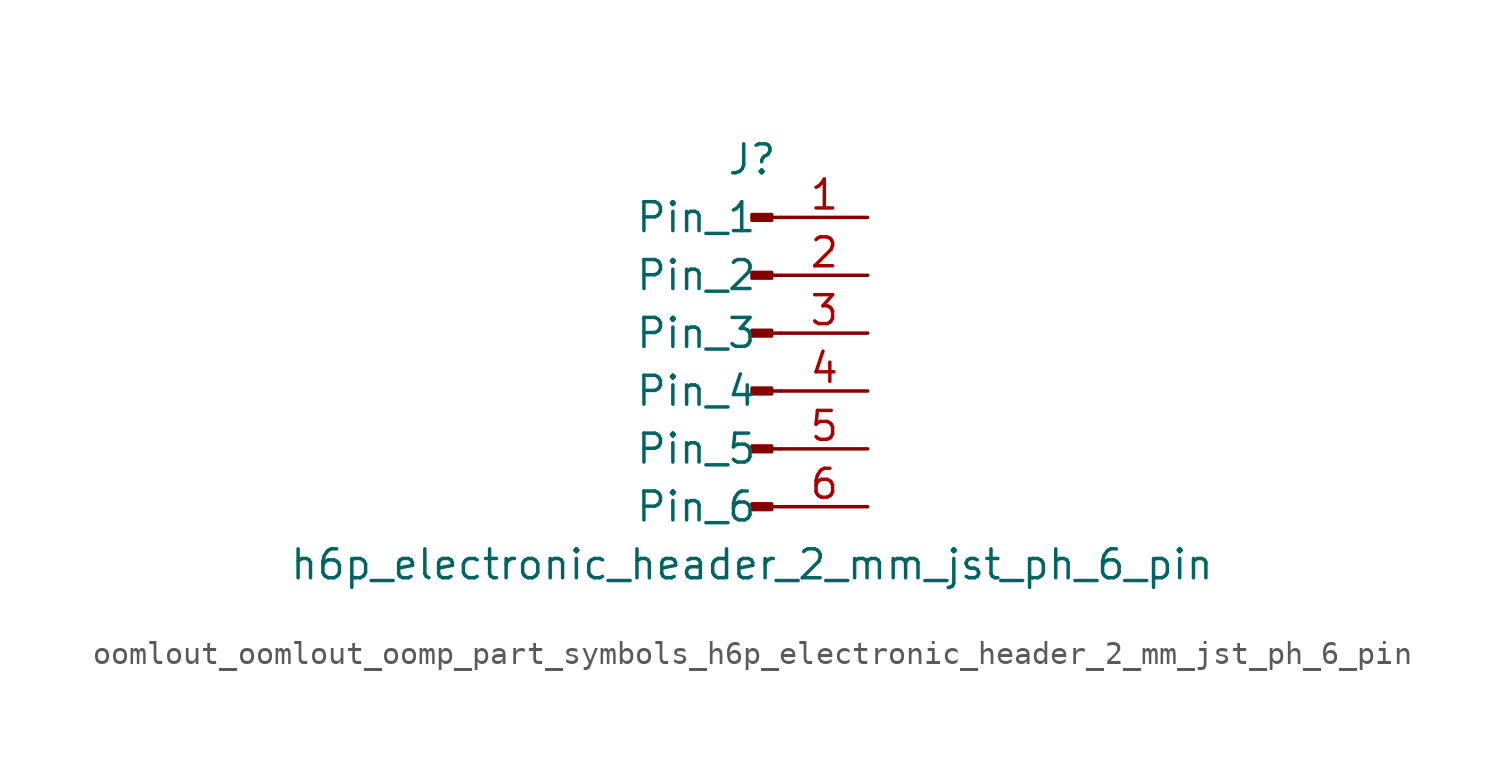
<source format=kicad_sym>
(kicad_symbol_lib
  (version 20220914)
  (generator kicad_symbol_editor)
  (symbol "oomlout_oomlout_oomp_part_symbols_h6p_electronic_header_2_mm_jst_ph_6_pin"
    (pin_names
      (offset 1.016))
    (property "Reference" "J"
      (at 0 7.62 0)
      (effects (font (size 1.27 1.27))))
    (property "Value" "h6p_electronic_header_2_mm_jst_ph_6_pin"
      (at 0 -10.16 0)
      (effects (font (size 1.27 1.27))))
    (property "ki_locked" ""
      (at 0 0 0)
      (effects (font (size 1.27 1.27))))
    (symbol "oomlout_oomlout_oomp_part_symbols_h6p_electronic_header_2_mm_jst_ph_6_pin_1_1"
      (polyline (pts (xy 1.27 -7.62) (xy 0.864 -7.62)) (stroke (width 0.152) (type default)) (fill (type none)))
      (polyline (pts (xy 1.27 -5.08) (xy 0.864 -5.08)) (stroke (width 0.152) (type default)) (fill (type none)))
      (polyline (pts (xy 1.27 -2.54) (xy 0.864 -2.54)) (stroke (width 0.152) (type default)) (fill (type none)))
      (polyline (pts (xy 1.27 0) (xy 0.864 0)) (stroke (width 0.152) (type default)) (fill (type none)))
      (polyline (pts (xy 1.27 2.54) (xy 0.864 2.54)) (stroke (width 0.152) (type default)) (fill (type none)))
      (polyline (pts (xy 1.27 5.08) (xy 0.864 5.08)) (stroke (width 0.152) (type default)) (fill (type none)))
      (rectangle (start 0.864 -7.493) (end 0 -7.747) (stroke (width 0.152) (type default)) (fill (type outline)))
      (rectangle (start 0.864 -4.953) (end 0 -5.207) (stroke (width 0.152) (type default)) (fill (type outline)))
      (rectangle (start 0.864 -2.413) (end 0 -2.667) (stroke (width 0.152) (type default)) (fill (type outline)))
      (rectangle (start 0.864 0.127) (end 0 -0.127) (stroke (width 0.152) (type default)) (fill (type outline)))
      (rectangle (start 0.864 2.667) (end 0 2.413) (stroke (width 0.152) (type default)) (fill (type outline)))
      (rectangle (start 0.864 5.207) (end 0 4.953) (stroke (width 0.152) (type default)) (fill (type outline)))
      (pin passive line (at 5.08 5.08 180) (length 3.81) (name "Pin_1" (effects (font (size 1.27 1.27)))) (number "1" (effects (font (size 1.27 1.27)))))
      (pin passive line (at 5.08 2.54 180) (length 3.81) (name "Pin_2" (effects (font (size 1.27 1.27)))) (number "2" (effects (font (size 1.27 1.27)))))
      (pin passive line (at 5.08 0 180) (length 3.81) (name "Pin_3" (effects (font (size 1.27 1.27)))) (number "3" (effects (font (size 1.27 1.27)))))
      (pin passive line (at 5.08 -2.54 180) (length 3.81) (name "Pin_4" (effects (font (size 1.27 1.27)))) (number "4" (effects (font (size 1.27 1.27)))))
      (pin passive line (at 5.08 -5.08 180) (length 3.81) (name "Pin_5" (effects (font (size 1.27 1.27)))) (number "5" (effects (font (size 1.27 1.27)))))
      (pin passive line (at 5.08 -7.62 180) (length 3.81) (name "Pin_6" (effects (font (size 1.27 1.27)))) (number "6" (effects (font (size 1.27 1.27))))))))
</source>
